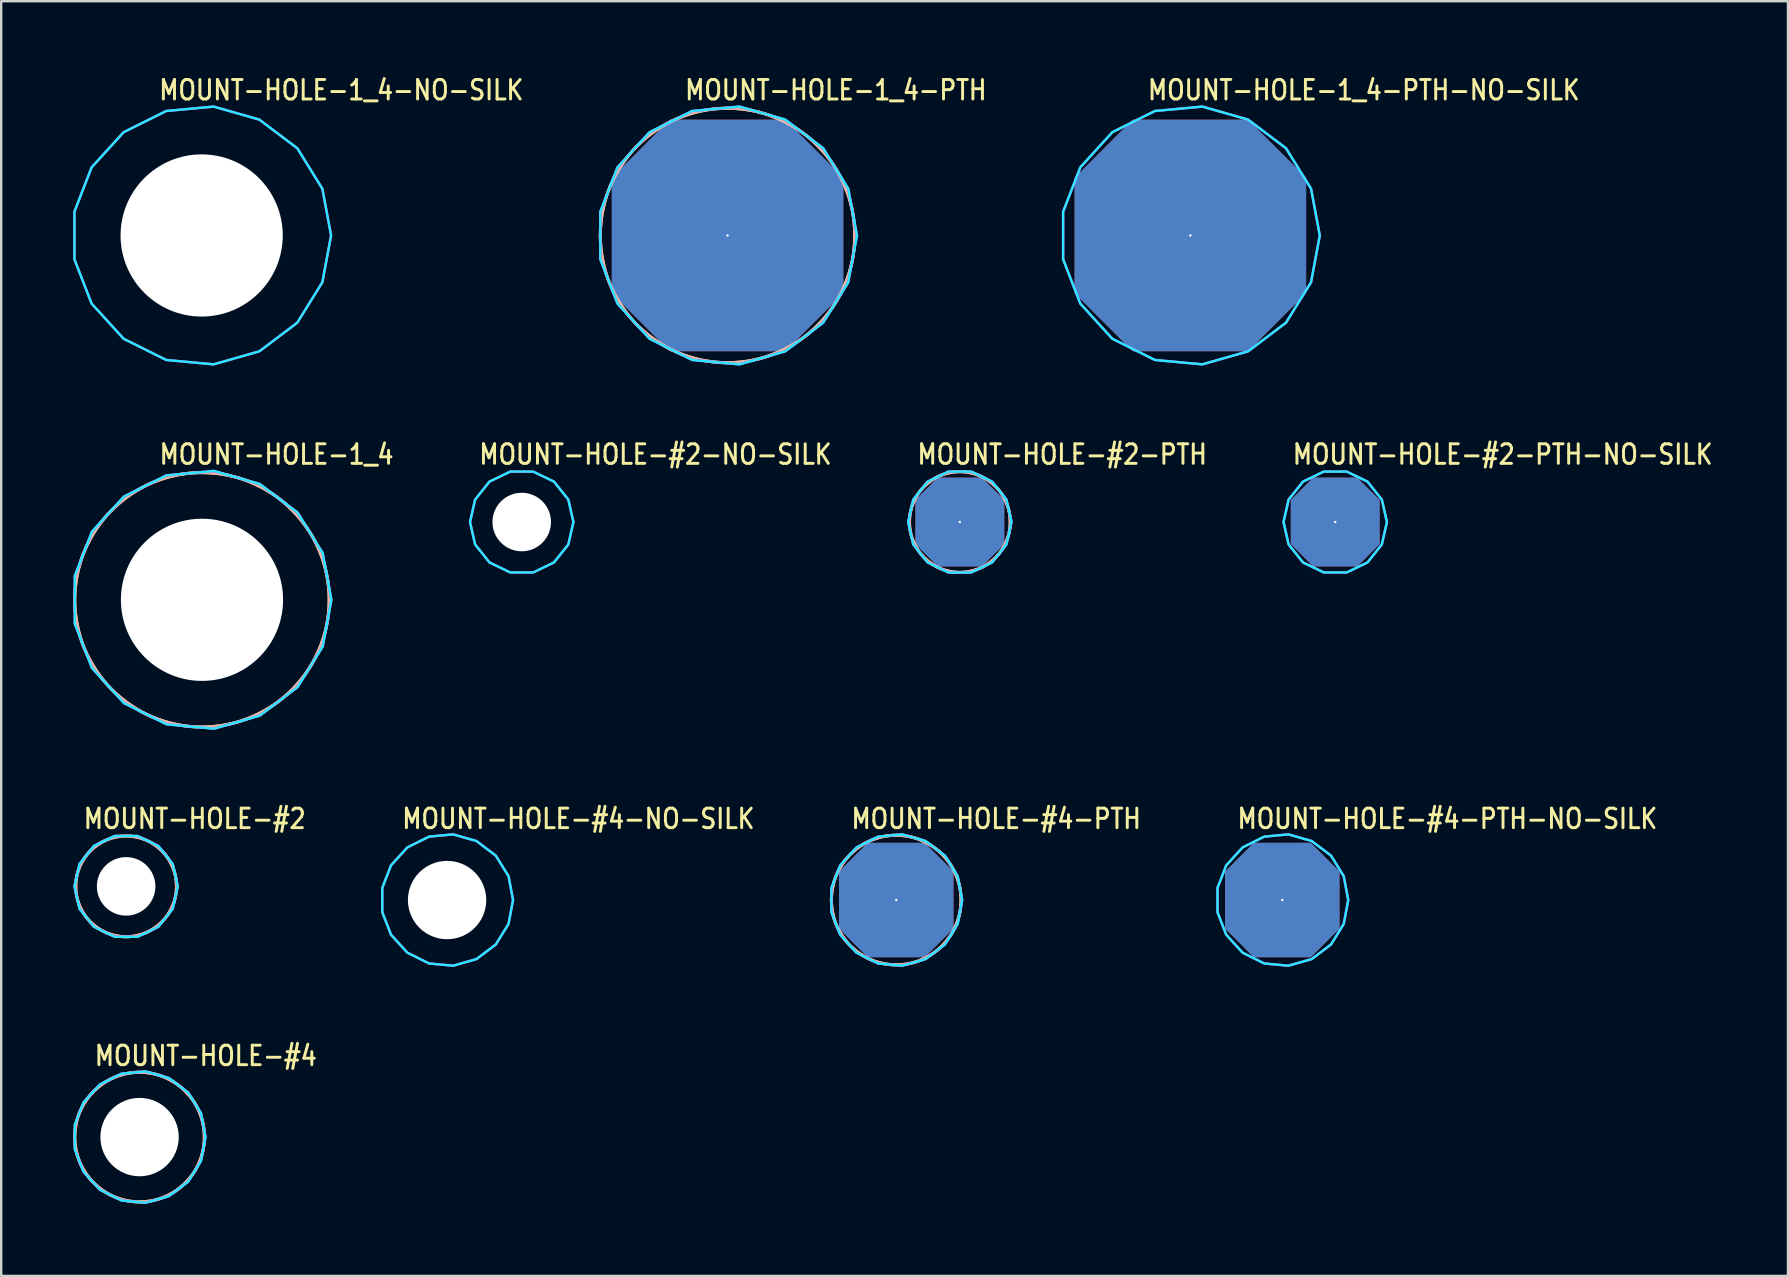
<source format=kicad_pcb>
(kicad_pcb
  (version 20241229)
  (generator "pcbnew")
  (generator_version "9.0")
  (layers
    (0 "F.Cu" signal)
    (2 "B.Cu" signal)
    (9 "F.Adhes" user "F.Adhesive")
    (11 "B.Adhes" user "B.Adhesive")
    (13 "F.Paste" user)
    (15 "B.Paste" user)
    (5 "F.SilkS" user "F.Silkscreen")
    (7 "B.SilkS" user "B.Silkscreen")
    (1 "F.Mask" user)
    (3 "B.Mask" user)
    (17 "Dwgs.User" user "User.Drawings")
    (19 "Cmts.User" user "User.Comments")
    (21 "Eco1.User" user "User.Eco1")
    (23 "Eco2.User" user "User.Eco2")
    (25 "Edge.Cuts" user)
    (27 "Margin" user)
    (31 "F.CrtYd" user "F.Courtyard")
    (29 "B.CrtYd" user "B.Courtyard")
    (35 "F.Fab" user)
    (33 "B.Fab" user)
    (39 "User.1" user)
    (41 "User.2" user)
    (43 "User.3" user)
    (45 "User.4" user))
  (footprint "MOUNT-HOLE-#2-NO-SILK"
    (layer "F.Cu")
    (at 18.683 18.696)
    (property "Reference" "MOUNT-HOLE-#2-NO-SILK" (at -1.84 -2.34 0) (unlocked yes) (layer "F.SilkS") (effects (font (size 0.813 0.695) (thickness 0.122)) (justify left bottom)))
    (fp_circle (center 0 0) (end 1.968 0) (stroke (width 0) (type solid)) (fill yes) (layer "F.Mask"))
    (fp_circle (center 0 0) (end 2.1 0) (stroke (width 0) (type solid)) (fill yes) (layer "F.Mask"))
    (fp_circle (center 0 0) (end 2.1 0) (stroke (width 0) (type solid)) (fill yes) (layer "F.Mask"))
    (fp_circle (center 0 0) (end 1.968 0) (stroke (width 0) (type solid)) (fill yes) (layer "B.Mask"))
    (fp_circle (center 0 0) (end 2.1 0) (stroke (width 0) (type solid)) (fill yes) (layer "B.Mask"))
    (fp_poly (pts (xy 2.154 0) (xy 1.941 -0.935) (xy 1.343 -1.684) (xy 0.479 -2.1) (xy -0.479 -2.1) (xy -1.343 -1.684) (xy -1.941 -0.935) (xy -2.154 0) (xy -1.941 0.935) (xy -1.343 1.684) (xy -0.479 2.1) (xy 0.479 2.1) (xy 1.343 1.684) (xy 1.941 0.935)) (stroke (width 0.1) (type solid)) (fill no) (layer "B.CrtYd"))
    (fp_poly (pts (xy 2.154 0) (xy 1.941 -0.935) (xy 1.343 -1.684) (xy 0.479 -2.1) (xy -0.479 -2.1) (xy -1.343 -1.684) (xy -1.941 -0.935) (xy -2.154 0) (xy -1.941 0.935) (xy -1.343 1.684) (xy -0.479 2.1) (xy 0.479 2.1) (xy 1.343 1.684) (xy 1.941 0.935)) (stroke (width 0.1) (type solid)) (fill no) (layer "F.CrtYd"))
    (pad "" np_thru_hole circle (at 0 0) (size 2.438 2.438) (drill 2.438) (layers "*.Cu" "*.Mask")))
  (footprint "MOUNT-HOLE-#4-NO-SILK"
    (layer "F.Cu")
    (at 15.574 34.443)
    (property "Reference" "MOUNT-HOLE-#4-NO-SILK" (at -1.94 -2.91 0) (unlocked yes) (layer "F.SilkS") (effects (font (size 0.813 0.695) (thickness 0.122)) (justify left bottom)))
    (fp_circle (center 0 0) (end 2.578 0) (stroke (width 0) (type solid)) (fill yes) (layer "F.Mask"))
    (fp_circle (center 0 0) (end 2.7 0) (stroke (width 0) (type solid)) (fill yes) (layer "F.Mask"))
    (fp_circle (center 0 0) (end 2.7 0) (stroke (width 0) (type solid)) (fill yes) (layer "F.Mask"))
    (fp_circle (center 0 0) (end 2.578 0) (stroke (width 0) (type solid)) (fill yes) (layer "B.Mask"))
    (fp_circle (center 0 0) (end 2.7 0) (stroke (width 0) (type solid)) (fill yes) (layer "B.Mask"))
    (fp_poly (pts (xy 2.747 0) (xy 2.561 -0.992) (xy 2.03 -1.85) (xy 1.224 -2.459) (xy 0.253 -2.735) (xy -0.752 -2.642) (xy -1.655 -2.192) (xy -2.335 -1.446) (xy -2.7 -0.505) (xy -2.7 0.505) (xy -2.335 1.446) (xy -1.655 2.192) (xy -0.752 2.642) (xy 0.253 2.735) (xy 1.224 2.459) (xy 2.03 1.85) (xy 2.561 0.992)) (stroke (width 0.1) (type solid)) (fill no) (layer "B.CrtYd"))
    (fp_poly (pts (xy 2.747 0) (xy 2.561 -0.992) (xy 2.03 -1.85) (xy 1.224 -2.459) (xy 0.253 -2.735) (xy -0.752 -2.642) (xy -1.655 -2.192) (xy -2.335 -1.446) (xy -2.7 -0.505) (xy -2.7 0.505) (xy -2.335 1.446) (xy -1.655 2.192) (xy -0.752 2.642) (xy 0.253 2.735) (xy 1.224 2.459) (xy 2.03 1.85) (xy 2.561 0.992)) (stroke (width 0.1) (type solid)) (fill no) (layer "F.CrtYd"))
    (pad "" np_thru_hole circle (at 0 0) (size 3.264 3.264) (drill 3.264) (layers "*.Cu" "*.Mask")))
  (footprint "MOUNT-HOLE-1_4-PTH-NO-SILK"
    (layer "F.Cu")
    (at 46.536 6.759)
    (property "Reference" "MOUNT-HOLE-1_4-PTH-NO-SILK" (at -1.84 -5.58 0) (unlocked yes) (layer "F.SilkS") (effects (font (size 0.813 0.695) (thickness 0.122)) (justify left bottom)))
    (fp_poly (pts (xy 5.392 0) (xy 5.028 -1.948) (xy 3.985 -3.632) (xy 2.403 -4.827) (xy 0.497 -5.369) (xy -1.476 -5.186) (xy -3.249 -4.303) (xy -4.584 -2.838) (xy -5.3 -0.991) (xy -5.3 0.991) (xy -4.584 2.838) (xy -3.249 4.303) (xy -1.476 5.186) (xy 0.497 5.369) (xy 2.403 4.827) (xy 3.985 3.632) (xy 5.028 1.948)) (stroke (width 0.1) (type solid)) (fill no) (layer "B.CrtYd"))
    (fp_poly (pts (xy 5.392 0) (xy 5.028 -1.948) (xy 3.985 -3.632) (xy 2.403 -4.827) (xy 0.497 -5.369) (xy -1.476 -5.186) (xy -3.249 -4.303) (xy -4.584 -2.838) (xy -5.3 -0.991) (xy -5.3 0.991) (xy -4.584 2.838) (xy -3.249 4.303) (xy -1.476 5.186) (xy 0.497 5.369) (xy 2.403 4.827) (xy 3.985 3.632) (xy 5.028 1.948)) (stroke (width 0.1) (type solid)) (fill no) (layer "F.CrtYd"))
    (pad "1" thru_hole custom (at 0 0) (size 0.1 0.1) (drill 6.756) (layers "*.Cu" "*.Mask") (options (anchor rect)) (primitives (gr_poly (pts (xy 4.763 2.381) (xy 2.381 4.763) (xy -2.381 4.763) (xy -4.763 2.381) (xy -4.763 -2.381) (xy -2.381 -4.763) (xy 2.381 -4.763) (xy 4.763 -2.381)) (width 0.12) (fill yes)))))
  (footprint "MOUNT-HOLE-#2-PTH-NO-SILK"
    (layer "F.Cu")
    (at 52.571 18.696)
    (property "Reference" "MOUNT-HOLE-#2-PTH-NO-SILK" (at -1.84 -2.34 0) (unlocked yes) (layer "F.SilkS") (effects (font (size 0.813 0.695) (thickness 0.122)) (justify left bottom)))
    (fp_poly (pts (xy 2.154 0) (xy 1.941 -0.935) (xy 1.343 -1.684) (xy 0.479 -2.1) (xy -0.479 -2.1) (xy -1.343 -1.684) (xy -1.941 -0.935) (xy -2.154 0) (xy -1.941 0.935) (xy -1.343 1.684) (xy -0.479 2.1) (xy 0.479 2.1) (xy 1.343 1.684) (xy 1.941 0.935)) (stroke (width 0.1) (type solid)) (fill no) (layer "B.CrtYd"))
    (fp_poly (pts (xy 2.154 0) (xy 1.941 -0.935) (xy 1.343 -1.684) (xy 0.479 -2.1) (xy -0.479 -2.1) (xy -1.343 -1.684) (xy -1.941 -0.935) (xy -2.154 0) (xy -1.941 0.935) (xy -1.343 1.684) (xy -0.479 2.1) (xy 0.479 2.1) (xy 1.343 1.684) (xy 1.941 0.935)) (stroke (width 0.1) (type solid)) (fill no) (layer "F.CrtYd"))
    (pad "1" thru_hole custom (at 0 0) (size 0.1 0.1) (drill 2.438) (layers "*.Cu" "*.Mask") (options (anchor rect)) (primitives (gr_poly (pts (xy 1.791 0.895) (xy 0.895 1.791) (xy -0.895 1.791) (xy -1.791 0.895) (xy -1.791 -0.895) (xy -0.895 -1.791) (xy 0.895 -1.791) (xy 1.791 -0.895)) (width 0.12) (fill yes)))))
  (footprint "MOUNT-HOLE-#4"
    (layer "F.Cu")
    (at 2.764 44.317)
    (property "Reference" "MOUNT-HOLE-#4" (at -1.94 -2.91 0) (unlocked yes) (layer "F.SilkS") (effects (font (size 0.813 0.695) (thickness 0.122)) (justify left bottom)))
    (fp_circle (center 0 0) (end 2.578 0) (stroke (width 0) (type solid)) (fill yes) (layer "F.Mask"))
    (fp_circle (center 0 0) (end 2.7 0) (stroke (width 0) (type solid)) (fill yes) (layer "F.Mask"))
    (fp_circle (center 0 0) (end 2.7 0) (stroke (width 0) (type solid)) (fill yes) (layer "F.Mask"))
    (fp_circle (center 0 0) (end 2.578 0) (stroke (width 0) (type solid)) (fill yes) (layer "B.Mask"))
    (fp_circle (center 0 0) (end 2.7 0) (stroke (width 0) (type solid)) (fill yes) (layer "B.Mask"))
    (fp_circle (center 0 0) (end 2.7 0) (stroke (width 0.127) (type solid)) (fill no) (layer "F.SilkS"))
    (fp_circle (center 0 0) (end 2.7 0) (stroke (width 0.127) (type solid)) (fill no) (layer "B.SilkS"))
    (fp_poly (pts (xy 2.747 0) (xy 2.561 -0.992) (xy 2.03 -1.85) (xy 1.224 -2.459) (xy 0.253 -2.735) (xy -0.752 -2.642) (xy -1.655 -2.192) (xy -2.335 -1.446) (xy -2.7 -0.505) (xy -2.7 0.505) (xy -2.335 1.446) (xy -1.655 2.192) (xy -0.752 2.642) (xy 0.253 2.735) (xy 1.224 2.459) (xy 2.03 1.85) (xy 2.561 0.992)) (stroke (width 0.1) (type solid)) (fill no) (layer "B.CrtYd"))
    (fp_poly (pts (xy 2.747 0) (xy 2.561 -0.992) (xy 2.03 -1.85) (xy 1.224 -2.459) (xy 0.253 -2.735) (xy -0.752 -2.642) (xy -1.655 -2.192) (xy -2.335 -1.446) (xy -2.7 -0.505) (xy -2.7 0.505) (xy -2.335 1.446) (xy -1.655 2.192) (xy -0.752 2.642) (xy 0.253 2.735) (xy 1.224 2.459) (xy 2.03 1.85) (xy 2.561 0.992)) (stroke (width 0.1) (type solid)) (fill no) (layer "F.CrtYd"))
    (pad "" np_thru_hole circle (at 0 0) (size 3.264 3.264) (drill 3.264) (layers "*.Cu" "*.Mask")))
  (footprint "MOUNT-HOLE-#4-PTH"
    (layer "F.Cu")
    (at 34.284 34.443)
    (property "Reference" "MOUNT-HOLE-#4-PTH" (at -1.94 -2.91 0) (unlocked yes) (layer "F.SilkS") (effects (font (size 0.813 0.695) (thickness 0.122)) (justify left bottom)))
    (fp_circle (center 0 0) (end 2.7 0) (stroke (width 0.127) (type solid)) (fill no) (layer "F.SilkS"))
    (fp_circle (center 0 0) (end 2.7 0) (stroke (width 0.127) (type solid)) (fill no) (layer "B.SilkS"))
    (fp_poly (pts (xy 2.747 0) (xy 2.561 -0.992) (xy 2.03 -1.85) (xy 1.224 -2.459) (xy 0.253 -2.735) (xy -0.752 -2.642) (xy -1.655 -2.192) (xy -2.335 -1.446) (xy -2.7 -0.505) (xy -2.7 0.505) (xy -2.335 1.446) (xy -1.655 2.192) (xy -0.752 2.642) (xy 0.253 2.735) (xy 1.224 2.459) (xy 2.03 1.85) (xy 2.561 0.992)) (stroke (width 0.1) (type solid)) (fill no) (layer "B.CrtYd"))
    (fp_poly (pts (xy 2.747 0) (xy 2.561 -0.992) (xy 2.03 -1.85) (xy 1.224 -2.459) (xy 0.253 -2.735) (xy -0.752 -2.642) (xy -1.655 -2.192) (xy -2.335 -1.446) (xy -2.7 -0.505) (xy -2.7 0.505) (xy -2.335 1.446) (xy -1.655 2.192) (xy -0.752 2.642) (xy 0.253 2.735) (xy 1.224 2.459) (xy 2.03 1.85) (xy 2.561 0.992)) (stroke (width 0.1) (type solid)) (fill no) (layer "F.CrtYd"))
    (pad "1" thru_hole custom (at 0 0) (size 0.1 0.1) (drill 3.264) (layers "*.Cu" "*.Mask") (options (anchor rect)) (primitives (gr_poly (pts (xy 2.324 1.162) (xy 1.162 2.324) (xy -1.162 2.324) (xy -2.324 1.162) (xy -2.324 -1.162) (xy -1.162 -2.324) (xy 1.162 -2.324) (xy 2.324 -1.162)) (width 0.12) (fill yes)))))
  (footprint "MOUNT-HOLE-#2"
    (layer "F.Cu")
    (at 2.204 33.873)
    (property "Reference" "MOUNT-HOLE-#2" (at -1.84 -2.34 0) (unlocked yes) (layer "F.SilkS") (effects (font (size 0.813 0.695) (thickness 0.122)) (justify left bottom)))
    (fp_circle (center 0 0) (end 1.968 0) (stroke (width 0) (type solid)) (fill yes) (layer "F.Mask"))
    (fp_circle (center 0 0) (end 2.1 0) (stroke (width 0) (type solid)) (fill yes) (layer "F.Mask"))
    (fp_circle (center 0 0) (end 2.1 0) (stroke (width 0) (type solid)) (fill yes) (layer "F.Mask"))
    (fp_circle (center 0 0) (end 1.968 0) (stroke (width 0) (type solid)) (fill yes) (layer "B.Mask"))
    (fp_circle (center 0 0) (end 2.1 0) (stroke (width 0) (type solid)) (fill yes) (layer "B.Mask"))
    (fp_circle (center 0 0) (end 2.1 0) (stroke (width 0.127) (type solid)) (fill no) (layer "F.SilkS"))
    (fp_circle (center 0 0) (end 2.1 0) (stroke (width 0.127) (type solid)) (fill no) (layer "B.SilkS"))
    (fp_poly (pts (xy 2.154 0) (xy 1.941 -0.935) (xy 1.343 -1.684) (xy 0.479 -2.1) (xy -0.479 -2.1) (xy -1.343 -1.684) (xy -1.941 -0.935) (xy -2.154 0) (xy -1.941 0.935) (xy -1.343 1.684) (xy -0.479 2.1) (xy 0.479 2.1) (xy 1.343 1.684) (xy 1.941 0.935)) (stroke (width 0.1) (type solid)) (fill no) (layer "B.CrtYd"))
    (fp_poly (pts (xy 2.154 0) (xy 1.941 -0.935) (xy 1.343 -1.684) (xy 0.479 -2.1) (xy -0.479 -2.1) (xy -1.343 -1.684) (xy -1.941 -0.935) (xy -2.154 0) (xy -1.941 0.935) (xy -1.343 1.684) (xy -0.479 2.1) (xy 0.479 2.1) (xy 1.343 1.684) (xy 1.941 0.935)) (stroke (width 0.1) (type solid)) (fill no) (layer "F.CrtYd"))
    (pad "" np_thru_hole circle (at 0 0) (size 2.438 2.438) (drill 2.438) (layers "*.Cu" "*.Mask")))
  (footprint "MOUNT-HOLE-#4-PTH-NO-SILK"
    (layer "F.Cu")
    (at 50.366 34.443)
    (property "Reference" "MOUNT-HOLE-#4-PTH-NO-SILK" (at -1.94 -2.91 0) (unlocked yes) (layer "F.SilkS") (effects (font (size 0.813 0.695) (thickness 0.122)) (justify left bottom)))
    (fp_poly (pts (xy 2.747 0) (xy 2.561 -0.992) (xy 2.03 -1.85) (xy 1.224 -2.459) (xy 0.253 -2.735) (xy -0.752 -2.642) (xy -1.655 -2.192) (xy -2.335 -1.446) (xy -2.7 -0.505) (xy -2.7 0.505) (xy -2.335 1.446) (xy -1.655 2.192) (xy -0.752 2.642) (xy 0.253 2.735) (xy 1.224 2.459) (xy 2.03 1.85) (xy 2.561 0.992)) (stroke (width 0.1) (type solid)) (fill no) (layer "B.CrtYd"))
    (fp_poly (pts (xy 2.747 0) (xy 2.561 -0.992) (xy 2.03 -1.85) (xy 1.224 -2.459) (xy 0.253 -2.735) (xy -0.752 -2.642) (xy -1.655 -2.192) (xy -2.335 -1.446) (xy -2.7 -0.505) (xy -2.7 0.505) (xy -2.335 1.446) (xy -1.655 2.192) (xy -0.752 2.642) (xy 0.253 2.735) (xy 1.224 2.459) (xy 2.03 1.85) (xy 2.561 0.992)) (stroke (width 0.1) (type solid)) (fill no) (layer "F.CrtYd"))
    (pad "1" thru_hole custom (at 0 0) (size 0.1 0.1) (drill 3.264) (layers "*.Cu" "*.Mask") (options (anchor rect)) (primitives (gr_poly (pts (xy 2.324 1.162) (xy 1.162 2.324) (xy -1.162 2.324) (xy -2.324 1.162) (xy -2.324 -1.162) (xy -1.162 -2.324) (xy 1.162 -2.324) (xy 2.324 -1.162)) (width 0.12) (fill yes)))))
  (footprint "MOUNT-HOLE-#2-PTH"
    (layer "F.Cu")
    (at 36.934 18.696)
    (property "Reference" "MOUNT-HOLE-#2-PTH" (at -1.84 -2.34 0) (unlocked yes) (layer "F.SilkS") (effects (font (size 0.813 0.695) (thickness 0.122)) (justify left bottom)))
    (fp_circle (center 0 0) (end 2.1 0) (stroke (width 0.127) (type solid)) (fill no) (layer "F.SilkS"))
    (fp_circle (center 0 0) (end 2.1 0) (stroke (width 0.127) (type solid)) (fill no) (layer "B.SilkS"))
    (fp_poly (pts (xy 2.154 0) (xy 1.941 -0.935) (xy 1.343 -1.684) (xy 0.479 -2.1) (xy -0.479 -2.1) (xy -1.343 -1.684) (xy -1.941 -0.935) (xy -2.154 0) (xy -1.941 0.935) (xy -1.343 1.684) (xy -0.479 2.1) (xy 0.479 2.1) (xy 1.343 1.684) (xy 1.941 0.935)) (stroke (width 0.1) (type solid)) (fill no) (layer "B.CrtYd"))
    (fp_poly (pts (xy 2.154 0) (xy 1.941 -0.935) (xy 1.343 -1.684) (xy 0.479 -2.1) (xy -0.479 -2.1) (xy -1.343 -1.684) (xy -1.941 -0.935) (xy -2.154 0) (xy -1.941 0.935) (xy -1.343 1.684) (xy -0.479 2.1) (xy 0.479 2.1) (xy 1.343 1.684) (xy 1.941 0.935)) (stroke (width 0.1) (type solid)) (fill no) (layer "F.CrtYd"))
    (pad "1" thru_hole custom (at 0 0) (size 0.1 0.1) (drill 2.438) (layers "*.Cu" "*.Mask") (options (anchor rect)) (primitives (gr_poly (pts (xy 1.791 0.895) (xy 0.895 1.791) (xy -0.895 1.791) (xy -1.791 0.895) (xy -1.791 -0.895) (xy -0.895 -1.791) (xy 0.895 -1.791) (xy 1.791 -0.895)) (width 0.12) (fill yes)))))
  (footprint "MOUNT-HOLE-1_4"
    (layer "F.Cu")
    (at 5.364 21.936)
    (property "Reference" "MOUNT-HOLE-1_4" (at -1.84 -5.58 0) (unlocked yes) (layer "F.SilkS") (effects (font (size 0.813 0.695) (thickness 0.122)) (justify left bottom)))
    (fp_circle (center 0 0) (end 5.067 0) (stroke (width 0) (type solid)) (fill yes) (layer "F.Mask"))
    (fp_circle (center 0 0) (end 5.3 0) (stroke (width 0) (type solid)) (fill yes) (layer "F.Mask"))
    (fp_circle (center 0 0) (end 5.3 0) (stroke (width 0) (type solid)) (fill yes) (layer "F.Mask"))
    (fp_circle (center 0 0) (end 5.067 0) (stroke (width 0) (type solid)) (fill yes) (layer "B.Mask"))
    (fp_circle (center 0 0) (end 5.3 0) (stroke (width 0) (type solid)) (fill yes) (layer "B.Mask"))
    (fp_circle (center 0 0) (end 5.3 0) (stroke (width 0.127) (type solid)) (fill no) (layer "F.SilkS"))
    (fp_circle (center 0 0) (end 5.3 0) (stroke (width 0.127) (type solid)) (fill no) (layer "B.SilkS"))
    (fp_poly (pts (xy 5.392 0) (xy 5.028 -1.948) (xy 3.985 -3.632) (xy 2.403 -4.827) (xy 0.497 -5.369) (xy -1.476 -5.186) (xy -3.249 -4.303) (xy -4.584 -2.838) (xy -5.3 -0.991) (xy -5.3 0.991) (xy -4.584 2.838) (xy -3.249 4.303) (xy -1.476 5.186) (xy 0.497 5.369) (xy 2.403 4.827) (xy 3.985 3.632) (xy 5.028 1.948)) (stroke (width 0.1) (type solid)) (fill no) (layer "B.CrtYd"))
    (fp_poly (pts (xy 5.392 0) (xy 5.028 -1.948) (xy 3.985 -3.632) (xy 2.403 -4.827) (xy 0.497 -5.369) (xy -1.476 -5.186) (xy -3.249 -4.303) (xy -4.584 -2.838) (xy -5.3 -0.991) (xy -5.3 0.991) (xy -4.584 2.838) (xy -3.249 4.303) (xy -1.476 5.186) (xy 0.497 5.369) (xy 2.403 4.827) (xy 3.985 3.632) (xy 5.028 1.948)) (stroke (width 0.1) (type solid)) (fill no) (layer "F.CrtYd"))
    (pad "" np_thru_hole circle (at 0 0) (size 6.756 6.756) (drill 6.756) (layers "*.Cu" "*.Mask")))
  (footprint "MOUNT-HOLE-1_4-NO-SILK"
    (layer "F.Cu")
    (at 5.35 6.759)
    (property "Reference" "MOUNT-HOLE-1_4-NO-SILK" (at -1.84 -5.58 0) (unlocked yes) (layer "F.SilkS") (effects (font (size 0.813 0.695) (thickness 0.122)) (justify left bottom)))
    (fp_circle (center 0 0) (end 5.067 0) (stroke (width 0) (type solid)) (fill yes) (layer "F.Mask"))
    (fp_circle (center 0 0) (end 5.3 0) (stroke (width 0) (type solid)) (fill yes) (layer "F.Mask"))
    (fp_circle (center 0 0) (end 5.3 0) (stroke (width 0) (type solid)) (fill yes) (layer "F.Mask"))
    (fp_circle (center 0 0) (end 5.067 0) (stroke (width 0) (type solid)) (fill yes) (layer "B.Mask"))
    (fp_circle (center 0 0) (end 5.3 0) (stroke (width 0) (type solid)) (fill yes) (layer "B.Mask"))
    (fp_poly (pts (xy 5.392 0) (xy 5.028 -1.948) (xy 3.985 -3.632) (xy 2.403 -4.827) (xy 0.497 -5.369) (xy -1.476 -5.186) (xy -3.249 -4.303) (xy -4.584 -2.838) (xy -5.3 -0.991) (xy -5.3 0.991) (xy -4.584 2.838) (xy -3.249 4.303) (xy -1.476 5.186) (xy 0.497 5.369) (xy 2.403 4.827) (xy 3.985 3.632) (xy 5.028 1.948)) (stroke (width 0.1) (type solid)) (fill no) (layer "B.CrtYd"))
    (fp_poly (pts (xy 5.392 0) (xy 5.028 -1.948) (xy 3.985 -3.632) (xy 2.403 -4.827) (xy 0.497 -5.369) (xy -1.476 -5.186) (xy -3.249 -4.303) (xy -4.584 -2.838) (xy -5.3 -0.991) (xy -5.3 0.991) (xy -4.584 2.838) (xy -3.249 4.303) (xy -1.476 5.186) (xy 0.497 5.369) (xy 2.403 4.827) (xy 3.985 3.632) (xy 5.028 1.948)) (stroke (width 0.1) (type solid)) (fill no) (layer "F.CrtYd"))
    (pad "" np_thru_hole circle (at 0 0) (size 6.756 6.756) (drill 6.756) (layers "*.Cu" "*.Mask")))
  (footprint "MOUNT-HOLE-1_4-PTH"
    (layer "F.Cu")
    (at 27.257 6.759)
    (property "Reference" "MOUNT-HOLE-1_4-PTH" (at -1.84 -5.58 0) (unlocked yes) (layer "F.SilkS") (effects (font (size 0.813 0.695) (thickness 0.122)) (justify left bottom)))
    (fp_circle (center 0 0) (end 5.3 0) (stroke (width 0.127) (type solid)) (fill no) (layer "F.SilkS"))
    (fp_circle (center 0 0) (end 5.3 0) (stroke (width 0.127) (type solid)) (fill no) (layer "B.SilkS"))
    (fp_poly (pts (xy 5.392 0) (xy 5.028 -1.948) (xy 3.985 -3.632) (xy 2.403 -4.827) (xy 0.497 -5.369) (xy -1.476 -5.186) (xy -3.249 -4.303) (xy -4.584 -2.838) (xy -5.3 -0.991) (xy -5.3 0.991) (xy -4.584 2.838) (xy -3.249 4.303) (xy -1.476 5.186) (xy 0.497 5.369) (xy 2.403 4.827) (xy 3.985 3.632) (xy 5.028 1.948)) (stroke (width 0.1) (type solid)) (fill no) (layer "B.CrtYd"))
    (fp_poly (pts (xy 5.392 0) (xy 5.028 -1.948) (xy 3.985 -3.632) (xy 2.403 -4.827) (xy 0.497 -5.369) (xy -1.476 -5.186) (xy -3.249 -4.303) (xy -4.584 -2.838) (xy -5.3 -0.991) (xy -5.3 0.991) (xy -4.584 2.838) (xy -3.249 4.303) (xy -1.476 5.186) (xy 0.497 5.369) (xy 2.403 4.827) (xy 3.985 3.632) (xy 5.028 1.948)) (stroke (width 0.1) (type solid)) (fill no) (layer "F.CrtYd"))
    (pad "1" thru_hole custom (at 0 0) (size 0.1 0.1) (drill 6.756) (layers "*.Cu" "*.Mask") (options (anchor rect)) (primitives (gr_poly (pts (xy 4.763 2.381) (xy 2.381 4.763) (xy -2.381 4.763) (xy -4.763 2.381) (xy -4.763 -2.381) (xy -2.381 -4.763) (xy 2.381 -4.763) (xy 4.763 -2.381)) (width 0.12) (fill yes)))))
  (gr_rect
    (start -3 -3)
    (end 71.43 50.102)
    (stroke (width 0.1) (type default))
    (fill no)
    (layer "Edge.Cuts")))
</source>
